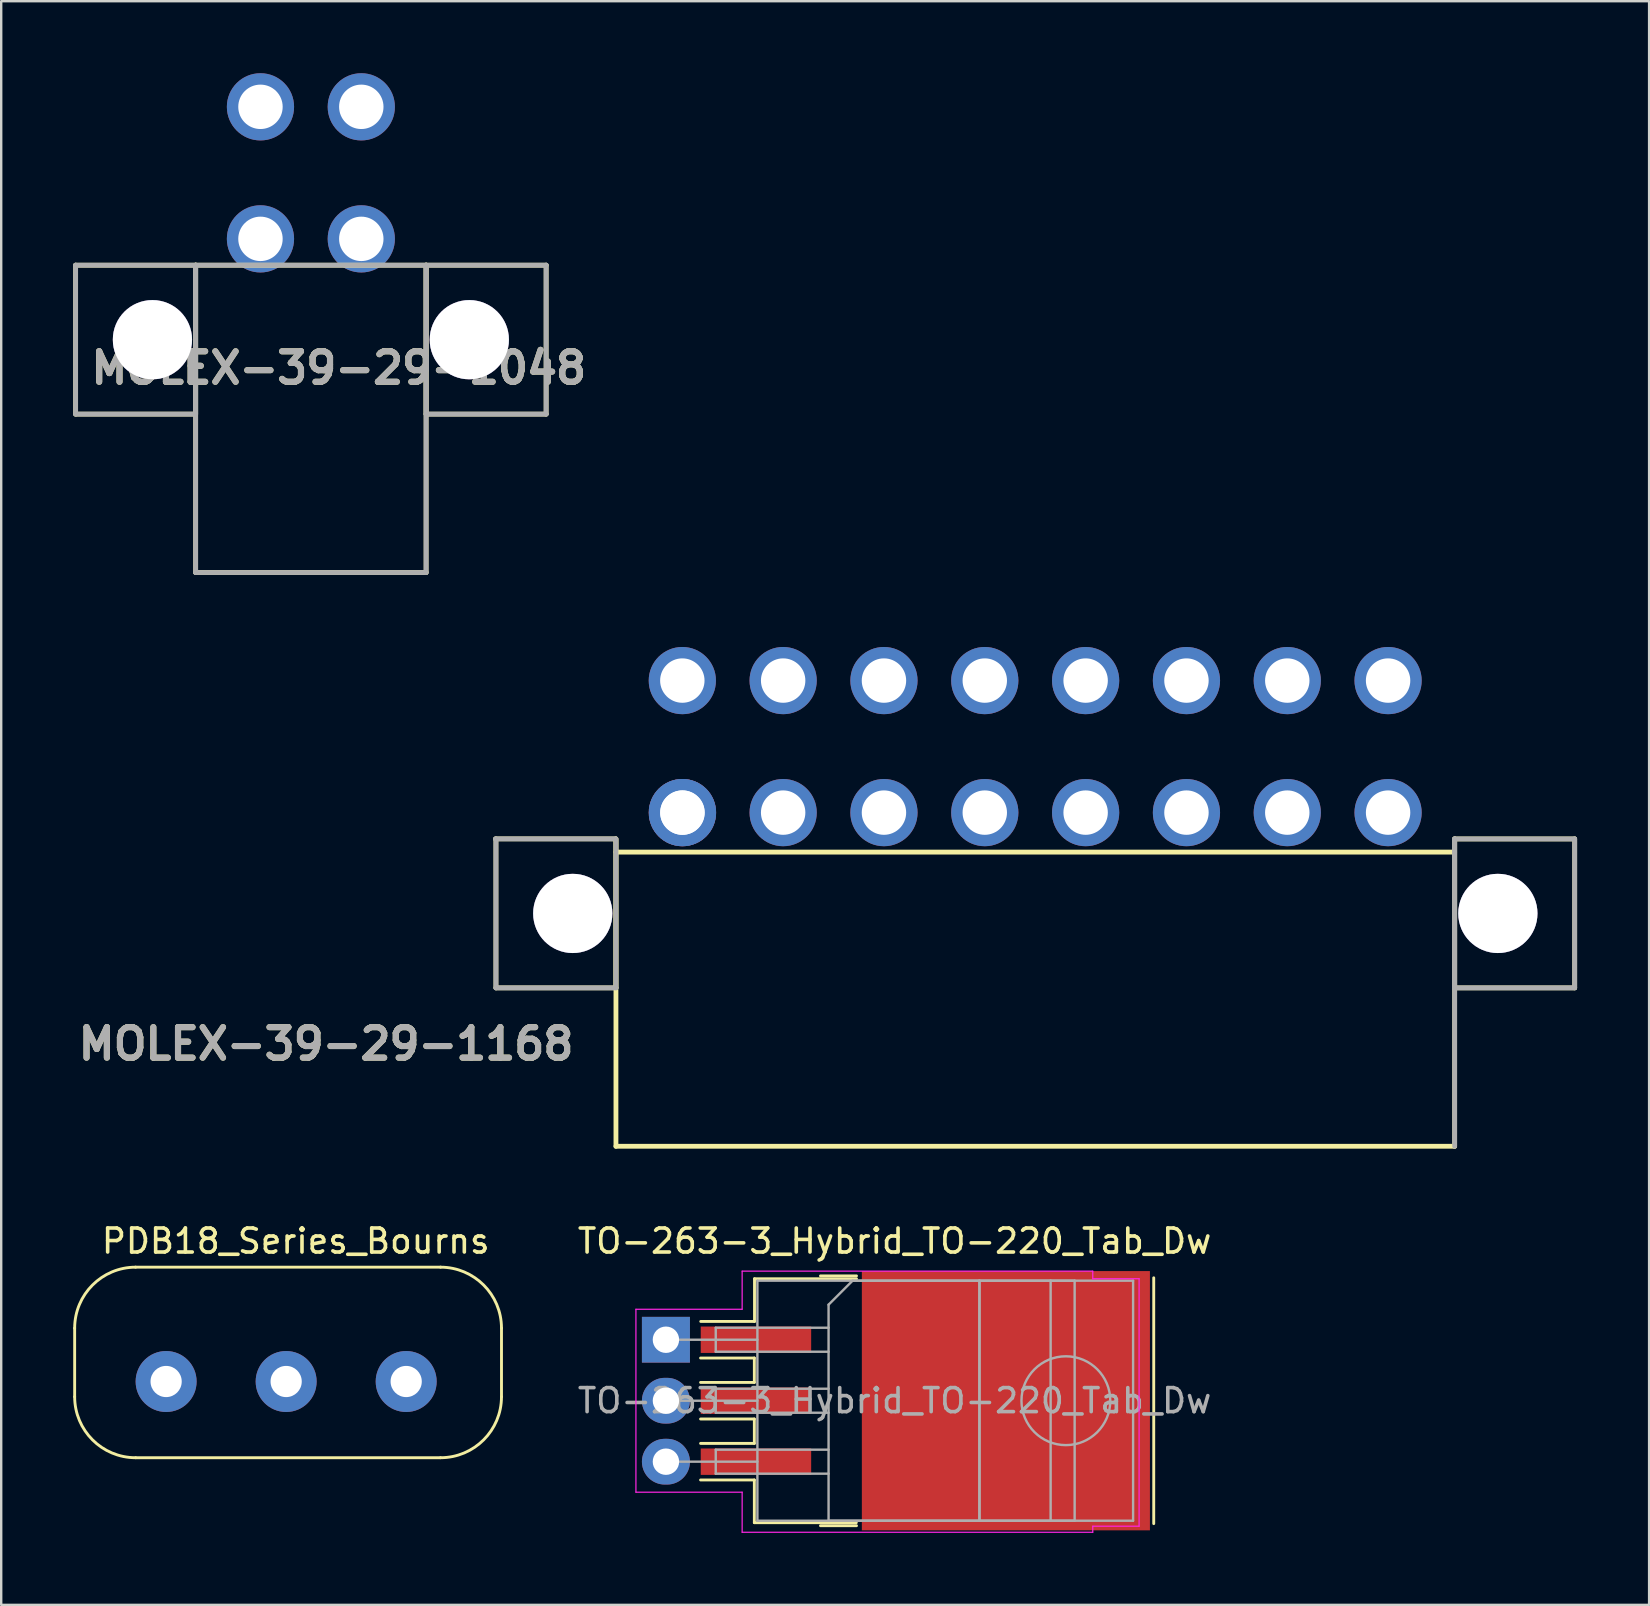
<source format=kicad_pcb>
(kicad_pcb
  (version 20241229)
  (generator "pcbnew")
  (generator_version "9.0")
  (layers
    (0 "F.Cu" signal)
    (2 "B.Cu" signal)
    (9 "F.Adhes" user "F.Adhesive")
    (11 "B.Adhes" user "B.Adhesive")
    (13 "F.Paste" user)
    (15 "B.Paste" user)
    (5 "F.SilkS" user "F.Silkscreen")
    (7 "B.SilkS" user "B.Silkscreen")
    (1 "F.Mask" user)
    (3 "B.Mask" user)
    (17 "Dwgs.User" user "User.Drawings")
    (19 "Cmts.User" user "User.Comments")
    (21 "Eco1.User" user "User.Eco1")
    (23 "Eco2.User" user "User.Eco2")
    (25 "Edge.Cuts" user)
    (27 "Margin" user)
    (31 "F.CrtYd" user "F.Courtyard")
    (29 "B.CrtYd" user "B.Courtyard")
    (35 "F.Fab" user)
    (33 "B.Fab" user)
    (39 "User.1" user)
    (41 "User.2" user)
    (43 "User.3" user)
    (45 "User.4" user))
  (footprint "MOLEX-39-29-1048"
    (layer "F.Cu")
    (at 9.9 6.9)
    (property "Reference" "MOLEX-39-29-1048" (at 1.16 5.379 0) (layer "F.SilkS") (effects (font (size 1.27 1.27) (thickness 0.254))))
    (attr through_hole)
    (fp_line (start -9.8 1.096) (end -4.8 1.096) (stroke (width 0.2) (type solid)) (layer "F.SilkS"))
    (fp_line (start -9.8 7.3) (end -9.8 1.096) (stroke (width 0.2) (type solid)) (layer "F.SilkS"))
    (fp_line (start -4.8 1.096) (end -4.8 7.3) (stroke (width 0.2) (type solid)) (layer "F.SilkS"))
    (fp_line (start -4.8 1.096) (end 4.8 1.096) (stroke (width 0.2) (type solid)) (layer "F.SilkS"))
    (fp_line (start -4.8 7.3) (end -9.8 7.3) (stroke (width 0.2) (type solid)) (layer "F.SilkS"))
    (fp_line (start -4.8 13.9) (end -4.8 1.096) (stroke (width 0.2) (type solid)) (layer "F.SilkS"))
    (fp_line (start 4.8 1.096) (end 4.8 13.9) (stroke (width 0.2) (type solid)) (layer "F.SilkS"))
    (fp_line (start 4.8 1.096) (end 9.8 1.096) (stroke (width 0.2) (type solid)) (layer "F.SilkS"))
    (fp_line (start 4.8 7.3) (end 4.8 1.096) (stroke (width 0.2) (type solid)) (layer "F.SilkS"))
    (fp_line (start 4.8 13.9) (end -4.8 13.9) (stroke (width 0.2) (type solid)) (layer "F.SilkS"))
    (fp_line (start 9.8 1.096) (end 9.8 7.3) (stroke (width 0.2) (type solid)) (layer "F.SilkS"))
    (fp_line (start 9.8 7.3) (end 4.8 7.3) (stroke (width 0.2) (type solid)) (layer "F.SilkS"))
    (fp_line (start -9.8 1.096) (end -4.8 1.096) (stroke (width 0.2) (type solid)) (layer "F.Fab"))
    (fp_line (start -9.8 7.3) (end -9.8 1.096) (stroke (width 0.2) (type solid)) (layer "F.Fab"))
    (fp_line (start -4.8 1.096) (end -4.8 7.3) (stroke (width 0.2) (type solid)) (layer "F.Fab"))
    (fp_line (start -4.8 1.096) (end 4.8 1.096) (stroke (width 0.2) (type solid)) (layer "F.Fab"))
    (fp_line (start -4.8 7.3) (end -9.8 7.3) (stroke (width 0.2) (type solid)) (layer "F.Fab"))
    (fp_line (start -4.8 13.9) (end -4.8 1.096) (stroke (width 0.2) (type solid)) (layer "F.Fab"))
    (fp_line (start 4.8 1.096) (end 4.8 13.9) (stroke (width 0.2) (type solid)) (layer "F.Fab"))
    (fp_line (start 4.8 1.096) (end 9.8 1.096) (stroke (width 0.2) (type solid)) (layer "F.Fab"))
    (fp_line (start 4.8 7.3) (end 4.8 1.096) (stroke (width 0.2) (type solid)) (layer "F.Fab"))
    (fp_line (start 4.8 13.9) (end -4.8 13.9) (stroke (width 0.2) (type solid)) (layer "F.Fab"))
    (fp_line (start 9.8 1.096) (end 9.8 7.3) (stroke (width 0.2) (type solid)) (layer "F.Fab"))
    (fp_line (start 9.8 7.3) (end 4.8 7.3) (stroke (width 0.2) (type solid)) (layer "F.Fab"))
    (fp_text user "${REFERENCE}" (at 1.16 5.379 0) (layer "F.Fab") (effects (font (size 1.27 1.27) (thickness 0.254))))
    (pad "1" thru_hole circle (at 2.1 0) (size 2.8 2.8) (drill 1.85) (layers "*.Cu" "*.Mask"))
    (pad "2" thru_hole circle (at -2.1 0) (size 2.8 2.8) (drill 1.85) (layers "*.Cu" "*.Mask"))
    (pad "3" thru_hole circle (at 2.1 -5.5) (size 2.8 2.8) (drill 1.85) (layers "*.Cu" "*.Mask"))
    (pad "4" thru_hole circle (at -2.1 -5.5) (size 2.8 2.8) (drill 1.85) (layers "*.Cu" "*.Mask"))
    (pad "5" thru_hole circle (at -6.6 4.2) (size 3.3 3.3) (drill 3.3) (layers "*.Cu" "*.Mask"))
    (pad "6" thru_hole circle (at 6.6 4.2) (size 3.3 3.3) (drill 3.3) (layers "*.Cu" "*.Mask")))
  (footprint "PDB18_Series_Bourns"
    (layer "F.Cu")
    (at 8.95 54.498)
    (property "Reference" "PDB18_Series_Bourns" (at 0.318 -5.85 0) (layer "F.SilkS") (effects (font (size 1 1) (thickness 0.15))))
    (attr through_hole)
    (fp_line (start -8.89 0.635) (end -8.89 -2.223) (stroke (width 0.12) (type solid)) (layer "F.SilkS"))
    (fp_line (start -6.35 -4.763) (end 6.35 -4.763) (stroke (width 0.12) (type solid)) (layer "F.SilkS"))
    (fp_line (start -6.35 3.175) (end 6.35 3.175) (stroke (width 0.12) (type solid)) (layer "F.SilkS"))
    (fp_line (start 8.89 -2.223) (end 8.89 0.635) (stroke (width 0.12) (type solid)) (layer "F.SilkS"))
    (fp_arc (start -8.89 -2.2225) (mid -8.146051 -4.018551) (end -6.35 -4.7625) (stroke (width 0.12) (type solid)) (layer "F.SilkS"))
    (fp_arc (start -6.35 3.175) (mid -8.146051 2.431051) (end -8.89 0.635) (stroke (width 0.12) (type solid)) (layer "F.SilkS"))
    (fp_arc (start 6.35 -4.7625) (mid 8.146051 -4.018551) (end 8.89 -2.2225) (stroke (width 0.12) (type solid)) (layer "F.SilkS"))
    (fp_arc (start 8.89 0.635) (mid 8.146051 2.431051) (end 6.35 3.175) (stroke (width 0.12) (type solid)) (layer "F.SilkS"))
    (pad "1" thru_hole circle (at -5.08 0) (size 2.54 2.54) (drill 1.3) (layers "*.Cu" "*.Mask"))
    (pad "2" thru_hole circle (at -0.08 0) (size 2.54 2.54) (drill 1.3) (layers "*.Cu" "*.Mask"))
    (pad "3" thru_hole circle (at 4.92 0) (size 2.54 2.54) (drill 1.3) (layers "*.Cu" "*.Mask")))
  (footprint "TO-263-3_Hybrid_TO-220_Tab_Dw"
    (layer "F.Cu")
    (at 34.215 55.298)
    (property "Reference" "TO-263-3_Hybrid_TO-220_Tab_Dw" (at 0 -6.65 0) (layer "F.SilkS") (effects (font (size 1 1) (thickness 0.15))))
    (attr smd)
    (fp_line (start -5.842 -1.778) (end -8.082 -1.778) (stroke (width 0.12) (type solid)) (layer "F.SilkS"))
    (fp_line (start -5.842 -1.778) (end -5.842 -0.762) (stroke (width 0.12) (type solid)) (layer "F.SilkS"))
    (fp_line (start -5.842 -0.762) (end -8.082 -0.762) (stroke (width 0.12) (type solid)) (layer "F.SilkS"))
    (fp_line (start -5.842 0.762) (end -8.082 0.762) (stroke (width 0.12) (type solid)) (layer "F.SilkS"))
    (fp_line (start -5.842 0.762) (end -5.842 1.778) (stroke (width 0.12) (type solid)) (layer "F.SilkS"))
    (fp_line (start -5.842 1.778) (end -8.082 1.778) (stroke (width 0.12) (type solid)) (layer "F.SilkS"))
    (fp_line (start -5.842 3.302) (end -8.082 3.302) (stroke (width 0.12) (type solid)) (layer "F.SilkS"))
    (fp_line (start -5.842 3.302) (end -5.842 5.08) (stroke (width 0.12) (type solid)) (layer "F.SilkS"))
    (fp_line (start -5.835 -5.08) (end -5.835 -3.302) (stroke (width 0.12) (type solid)) (layer "F.SilkS"))
    (fp_line (start -5.835 -3.302) (end -8.075 -3.302) (stroke (width 0.12) (type solid)) (layer "F.SilkS"))
    (fp_line (start -1.595 5.08) (end -5.842 5.08) (stroke (width 0.12) (type solid)) (layer "F.SilkS"))
    (fp_line (start -1.587 -5.2) (end -3.087 -5.2) (stroke (width 0.12) (type solid)) (layer "F.SilkS"))
    (fp_line (start -1.587 -5.08) (end -5.835 -5.08) (stroke (width 0.12) (type solid)) (layer "F.SilkS"))
    (fp_line (start -1.587 5.207) (end -3.087 5.207) (stroke (width 0.12) (type solid)) (layer "F.SilkS"))
    (fp_line (start 10.795 -5.12) (end 10.795 5.12) (stroke (width 0.12) (type solid)) (layer "F.SilkS"))
    (fp_line (start -10.775 -3.81) (end -10.775 3.81) (stroke (width 0.05) (type solid)) (layer "F.CrtYd"))
    (fp_line (start -6.35 -5.397) (end -6.35 -3.81) (stroke (width 0.05) (type solid)) (layer "F.CrtYd"))
    (fp_line (start -6.35 -3.81) (end -10.775 -3.81) (stroke (width 0.05) (type solid)) (layer "F.CrtYd"))
    (fp_line (start -6.35 3.81) (end -10.775 3.81) (stroke (width 0.05) (type solid)) (layer "F.CrtYd"))
    (fp_line (start -6.35 3.81) (end -6.35 5.48) (stroke (width 0.05) (type solid)) (layer "F.CrtYd"))
    (fp_line (start 8.255 -5.397) (end -6.35 -5.397) (stroke (width 0.05) (type solid)) (layer "F.CrtYd"))
    (fp_line (start 8.255 -5.08) (end 8.255 -5.397) (stroke (width 0.05) (type solid)) (layer "F.CrtYd"))
    (fp_line (start 8.255 5.48) (end -6.35 5.48) (stroke (width 0.05) (type solid)) (layer "F.CrtYd"))
    (fp_line (start 8.255 5.48) (end 8.255 5.228) (stroke (width 0.05) (type solid)) (layer "F.CrtYd"))
    (fp_line (start 10.185 -5.08) (end 8.255 -5.08) (stroke (width 0.05) (type solid)) (layer "F.CrtYd"))
    (fp_line (start 10.185 5.228) (end 8.255 5.228) (stroke (width 0.05) (type solid)) (layer "F.CrtYd"))
    (fp_line (start 10.185 5.228) (end 10.185 -5.08) (stroke (width 0.05) (type solid)) (layer "F.CrtYd"))
    (fp_line (start -7.45 -3.04) (end -7.45 -2.04) (stroke (width 0.1) (type solid)) (layer "F.Fab"))
    (fp_line (start -7.45 -2.04) (end -2.75 -2.04) (stroke (width 0.1) (type solid)) (layer "F.Fab"))
    (fp_line (start -7.45 -0.5) (end -7.45 0.5) (stroke (width 0.1) (type solid)) (layer "F.Fab"))
    (fp_line (start -7.45 0.5) (end -2.75 0.5) (stroke (width 0.1) (type solid)) (layer "F.Fab"))
    (fp_line (start -7.45 2.04) (end -7.45 3.04) (stroke (width 0.1) (type solid)) (layer "F.Fab"))
    (fp_line (start -7.45 3.04) (end -2.75 3.04) (stroke (width 0.1) (type solid)) (layer "F.Fab"))
    (fp_line (start -5.715 -5) (end 3.535 -5) (stroke (width 0.1) (type solid)) (layer "F.Fab"))
    (fp_line (start -5.715 -2.54) (end -9.525 -2.54) (stroke (width 0.1) (type solid)) (layer "F.Fab"))
    (fp_line (start -5.715 0) (end -9.525 0) (stroke (width 0.1) (type solid)) (layer "F.Fab"))
    (fp_line (start -5.715 2.54) (end -9.525 2.54) (stroke (width 0.1) (type solid)) (layer "F.Fab"))
    (fp_line (start -5.715 5) (end -5.715 -5) (stroke (width 0.1) (type solid)) (layer "F.Fab"))
    (fp_line (start -2.75 -4) (end -1.75 -5) (stroke (width 0.1) (type solid)) (layer "F.Fab"))
    (fp_line (start -2.75 -3.04) (end -7.45 -3.04) (stroke (width 0.1) (type solid)) (layer "F.Fab"))
    (fp_line (start -2.75 -0.5) (end -7.45 -0.5) (stroke (width 0.1) (type solid)) (layer "F.Fab"))
    (fp_line (start -2.75 2.04) (end -7.45 2.04) (stroke (width 0.1) (type solid)) (layer "F.Fab"))
    (fp_line (start -2.75 5) (end -2.75 -4) (stroke (width 0.1) (type solid)) (layer "F.Fab"))
    (fp_line (start -1.75 -5) (end 6.5 -5) (stroke (width 0.1) (type solid)) (layer "F.Fab"))
    (fp_line (start 3.535 -5) (end 3.535 5) (stroke (width 0.1) (type solid)) (layer "F.Fab"))
    (fp_line (start 3.535 -5) (end 9.935 -5) (stroke (width 0.1) (type solid)) (layer "F.Fab"))
    (fp_line (start 3.535 5) (end -5.715 5) (stroke (width 0.1) (type solid)) (layer "F.Fab"))
    (fp_line (start 3.535 5) (end 3.535 -5) (stroke (width 0.1) (type solid)) (layer "F.Fab"))
    (fp_line (start 6.5 -5) (end 6.5 5) (stroke (width 0.1) (type solid)) (layer "F.Fab"))
    (fp_line (start 6.5 -5) (end 7.5 -5) (stroke (width 0.1) (type solid)) (layer "F.Fab"))
    (fp_line (start 6.5 5) (end -2.75 5) (stroke (width 0.1) (type solid)) (layer "F.Fab"))
    (fp_line (start 7.5 -5) (end 7.5 5) (stroke (width 0.1) (type solid)) (layer "F.Fab"))
    (fp_line (start 7.5 5) (end 6.5 5) (stroke (width 0.1) (type solid)) (layer "F.Fab"))
    (fp_line (start 9.935 -5) (end 9.935 5) (stroke (width 0.1) (type solid)) (layer "F.Fab"))
    (fp_line (start 9.935 5) (end 3.535 5) (stroke (width 0.1) (type solid)) (layer "F.Fab"))
    (fp_circle (center 7.135 0) (end 7.135 1.85) (stroke (width 0.1) (type solid)) (fill no) (layer "F.Fab"))
    (fp_text user "${REFERENCE}" (at 0 0 0) (layer "F.Fab") (effects (font (size 1 1) (thickness 0.15))))
    (pad "" smd rect (at 0.95 -2.775) (size 4.55 5.25) (layers "F.Paste"))
    (pad "" smd rect (at 0.95 2.775) (size 4.55 5.25) (layers "F.Paste"))
    (pad "" smd rect (at 5.8 -2.775) (size 4.55 5.25) (layers "F.Paste"))
    (pad "" smd rect (at 5.8 2.775) (size 4.55 5.25) (layers "F.Paste"))
    (pad "1" thru_hole rect (at -9.525 -2.54 270) (size 1.905 2) (drill 1.1) (layers "*.Cu" "*.Mask"))
    (pad "1" smd rect (at -5.775 -2.54) (size 4.6 1.1) (layers "F.Cu" "F.Mask" "F.Paste"))
    (pad "2" thru_hole oval (at -9.525 0 270) (size 1.905 2) (drill 1.1) (layers "*.Cu" "*.Mask"))
    (pad "2" smd rect (at -5.775 0) (size 4.6 1.1) (layers "F.Cu" "F.Mask" "F.Paste"))
    (pad "2" smd rect (at 4.636 0) (size 12 10.8) (layers "F.Cu" "F.Mask"))
    (pad "3" thru_hole oval (at -9.525 2.54 270) (size 1.905 2) (drill 1.1) (layers "*.Cu" "*.Mask"))
    (pad "3" smd rect (at -5.775 2.54) (size 4.6 1.1) (layers "F.Cu" "F.Mask" "F.Paste")))
  (footprint "MOLEX-39-29-1168"
    (layer "F.Cu")
    (at 52.745 30.8)
    (property "Reference" "MOLEX-39-29-1168" (at -42.211 9.633 0) (layer "F.SilkS") (effects (font (size 1.27 1.27) (thickness 0.254))))
    (attr through_hole)
    (fp_line (start -35.136 7.3) (end -35.136 1.096) (stroke (width 0.2) (type solid)) (layer "F.SilkS"))
    (fp_line (start -30.157 1.094) (end -35.157 1.094) (stroke (width 0.2) (type solid)) (layer "F.SilkS"))
    (fp_line (start -30.137 1.096) (end -30.137 7.3) (stroke (width 0.2) (type solid)) (layer "F.SilkS"))
    (fp_line (start -30.137 7.3) (end -35.136 7.3) (stroke (width 0.2) (type solid)) (layer "F.SilkS"))
    (fp_line (start -30.137 13.9) (end -30.137 1.096) (stroke (width 0.2) (type solid)) (layer "F.SilkS"))
    (fp_line (start 4.8 1.096) (end 4.8 13.9) (stroke (width 0.2) (type solid)) (layer "F.SilkS"))
    (fp_line (start 4.8 1.096) (end 9.8 1.096) (stroke (width 0.2) (type solid)) (layer "F.SilkS"))
    (fp_line (start 4.8 1.645) (end -30.137 1.645) (stroke (width 0.2) (type solid)) (layer "F.SilkS"))
    (fp_line (start 4.8 7.3) (end 4.8 1.096) (stroke (width 0.2) (type solid)) (layer "F.SilkS"))
    (fp_line (start 4.8 13.9) (end -30.137 13.9) (stroke (width 0.2) (type solid)) (layer "F.SilkS"))
    (fp_line (start 9.8 1.096) (end 9.8 7.3) (stroke (width 0.2) (type solid)) (layer "F.SilkS"))
    (fp_line (start 9.8 7.3) (end 4.8 7.3) (stroke (width 0.2) (type solid)) (layer "F.SilkS"))
    (fp_line (start -35.136 7.3) (end -35.136 1.096) (stroke (width 0.2) (type solid)) (layer "F.Fab"))
    (fp_line (start -30.157 1.094) (end -35.157 1.094) (stroke (width 0.2) (type solid)) (layer "F.Fab"))
    (fp_line (start -30.137 1.096) (end -30.137 7.3) (stroke (width 0.2) (type solid)) (layer "F.Fab"))
    (fp_line (start -30.137 7.3) (end -35.136 7.3) (stroke (width 0.2) (type solid)) (layer "F.Fab"))
    (fp_line (start 4.8 1.096) (end 4.8 13.9) (stroke (width 0.2) (type solid)) (layer "F.Fab"))
    (fp_line (start 4.8 1.096) (end 9.8 1.096) (stroke (width 0.2) (type solid)) (layer "F.Fab"))
    (fp_line (start 4.8 7.3) (end 4.8 1.096) (stroke (width 0.2) (type solid)) (layer "F.Fab"))
    (fp_line (start 9.8 1.096) (end 9.8 7.3) (stroke (width 0.2) (type solid)) (layer "F.Fab"))
    (fp_line (start 9.8 7.3) (end 4.8 7.3) (stroke (width 0.2) (type solid)) (layer "F.Fab"))
    (fp_text user "${REFERENCE}" (at -42.211 9.633 0) (layer "F.Fab") (effects (font (size 1.27 1.27) (thickness 0.254))))
    (pad "1" thru_hole circle (at -27.364 0) (size 2.8 2.8) (drill 1.85) (layers "*.Cu" "*.Mask"))
    (pad "1" thru_hole circle (at 2.027 0 180) (size 2.8 2.8) (drill 1.85) (layers "*.Cu" "*.Mask"))
    (pad "2" thru_hole circle (at -2.172 0 180) (size 2.8 2.8) (drill 1.85) (layers "*.Cu" "*.Mask"))
    (pad "3" thru_hole circle (at -6.372 0 180) (size 2.8 2.8) (drill 1.85) (layers "*.Cu" "*.Mask"))
    (pad "4" thru_hole circle (at -10.572 0 180) (size 2.8 2.8) (drill 1.85) (layers "*.Cu" "*.Mask"))
    (pad "5" thru_hole circle (at -14.773 0 180) (size 2.8 2.8) (drill 1.85) (layers "*.Cu" "*.Mask"))
    (pad "6" thru_hole circle (at -18.973 0 180) (size 2.8 2.8) (drill 1.85) (layers "*.Cu" "*.Mask"))
    (pad "7" thru_hole circle (at -23.172 0 180) (size 2.8 2.8) (drill 1.85) (layers "*.Cu" "*.Mask"))
    (pad "8" thru_hole circle (at -27.372 0 180) (size 2.8 2.8) (drill 1.85) (layers "*.Cu" "*.Mask"))
    (pad "9" thru_hole circle (at 2.027 -5.5 180) (size 2.8 2.8) (drill 1.85) (layers "*.Cu" "*.Mask"))
    (pad "10" thru_hole circle (at -2.172 -5.5 180) (size 2.8 2.8) (drill 1.85) (layers "*.Cu" "*.Mask"))
    (pad "11" thru_hole circle (at -6.372 -5.5 180) (size 2.8 2.8) (drill 1.85) (layers "*.Cu" "*.Mask"))
    (pad "12" thru_hole circle (at -10.572 -5.5 180) (size 2.8 2.8) (drill 1.85) (layers "*.Cu" "*.Mask"))
    (pad "13" thru_hole circle (at -14.773 -5.5 180) (size 2.8 2.8) (drill 1.85) (layers "*.Cu" "*.Mask"))
    (pad "14" thru_hole circle (at -18.973 -5.5 180) (size 2.8 2.8) (drill 1.85) (layers "*.Cu" "*.Mask"))
    (pad "15" thru_hole circle (at -23.172 -5.5 180) (size 2.8 2.8) (drill 1.85) (layers "*.Cu" "*.Mask"))
    (pad "16" thru_hole circle (at -27.372 -5.5 180) (size 2.8 2.8) (drill 1.85) (layers "*.Cu" "*.Mask"))
    (pad "17" thru_hole circle (at -31.936 4.2) (size 3.3 3.3) (drill 3.3) (layers "*.Cu" "*.Mask"))
    (pad "18" thru_hole circle (at 6.6 4.2) (size 3.3 3.3) (drill 3.3) (layers "*.Cu" "*.Mask")))
  (gr_rect
    (start -3 -3)
    (end 65.645 63.803)
    (stroke (width 0.1) (type default))
    (fill no)
    (layer "Edge.Cuts")))
</source>
